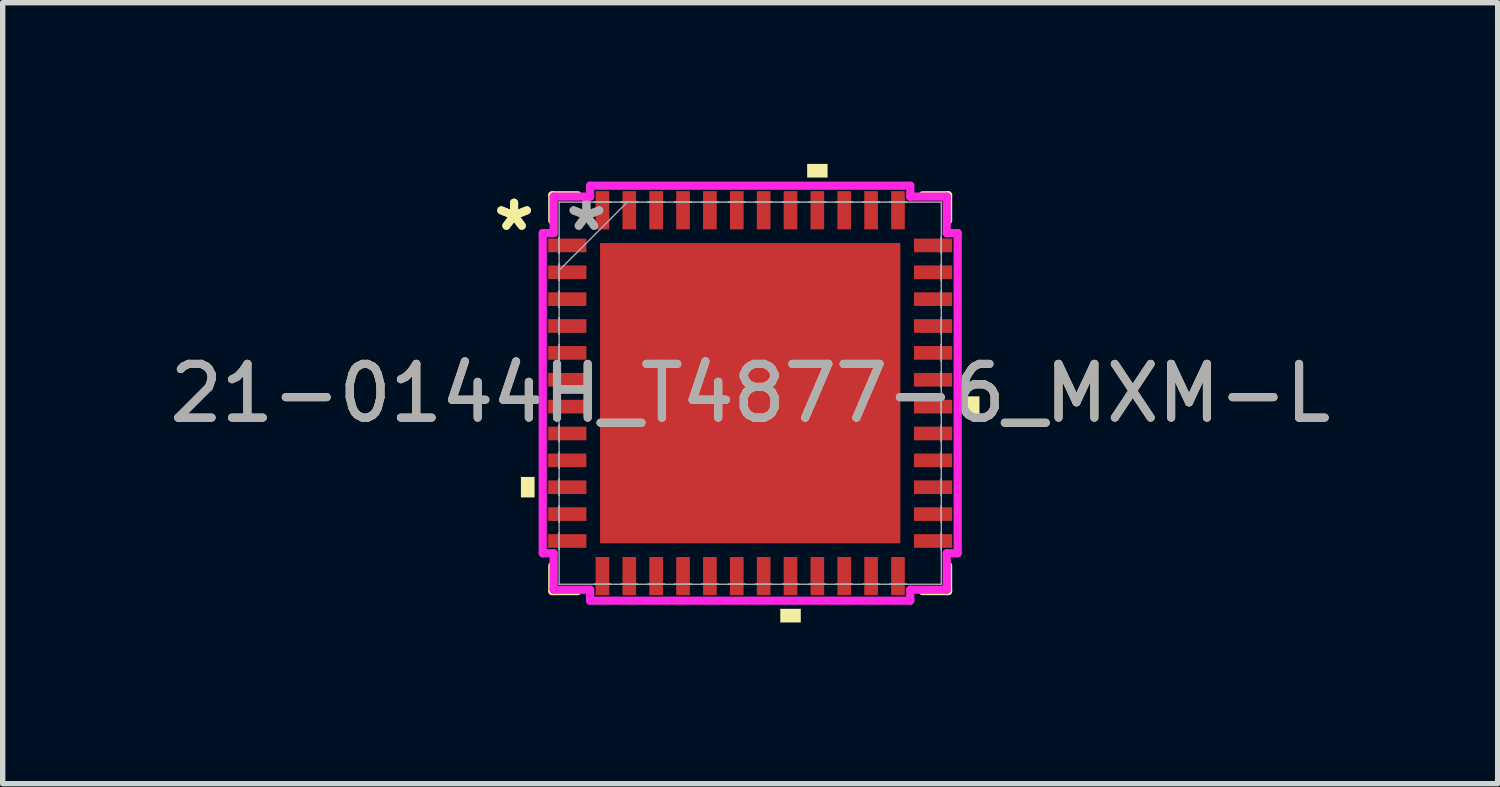
<source format=kicad_pcb>
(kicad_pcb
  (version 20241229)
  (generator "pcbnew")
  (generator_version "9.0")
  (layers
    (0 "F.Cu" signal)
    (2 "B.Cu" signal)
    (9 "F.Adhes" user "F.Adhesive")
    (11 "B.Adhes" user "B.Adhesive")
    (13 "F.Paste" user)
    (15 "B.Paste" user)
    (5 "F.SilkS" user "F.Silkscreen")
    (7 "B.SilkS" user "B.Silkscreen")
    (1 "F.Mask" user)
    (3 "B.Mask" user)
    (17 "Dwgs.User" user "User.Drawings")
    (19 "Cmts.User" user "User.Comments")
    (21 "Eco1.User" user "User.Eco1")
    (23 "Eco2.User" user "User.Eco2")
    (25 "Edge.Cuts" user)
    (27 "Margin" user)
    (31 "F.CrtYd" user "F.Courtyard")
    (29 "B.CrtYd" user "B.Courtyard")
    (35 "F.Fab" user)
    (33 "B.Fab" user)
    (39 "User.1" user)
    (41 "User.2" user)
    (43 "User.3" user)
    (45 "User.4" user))
  (footprint "21-0144H_T4877-6_MXM-L"
    (layer "F.Cu")
    (at 10.911 4.267)
    (property "Reference" "21-0144H_T4877-6_MXM-L" (at 0 0 0) (unlocked yes) (layer "F.SilkS") (effects (font (size 1 1) (thickness 0.15))))
    (attr smd)
    (fp_line (start -3.683 -3.683) (end -3.683 -3.21) (stroke (width 0.152) (type solid)) (layer "F.SilkS"))
    (fp_line (start -3.683 3.21) (end -3.683 3.683) (stroke (width 0.152) (type solid)) (layer "F.SilkS"))
    (fp_line (start -3.683 3.683) (end -3.21 3.683) (stroke (width 0.152) (type solid)) (layer "F.SilkS"))
    (fp_line (start -3.21 -3.683) (end -3.683 -3.683) (stroke (width 0.152) (type solid)) (layer "F.SilkS"))
    (fp_line (start 3.21 3.683) (end 3.683 3.683) (stroke (width 0.152) (type solid)) (layer "F.SilkS"))
    (fp_line (start 3.683 -3.683) (end 3.21 -3.683) (stroke (width 0.152) (type solid)) (layer "F.SilkS"))
    (fp_line (start 3.683 -3.21) (end 3.683 -3.683) (stroke (width 0.152) (type solid)) (layer "F.SilkS"))
    (fp_line (start 3.683 3.683) (end 3.683 3.21) (stroke (width 0.152) (type solid)) (layer "F.SilkS"))
    (fp_poly (pts (xy -4.267 1.559) (xy -4.267 1.94) (xy -4.013 1.94) (xy -4.013 1.559)) (stroke (width 0) (type solid)) (fill yes) (layer "F.SilkS"))
    (fp_poly (pts (xy 0.56 4.013) (xy 0.56 4.267) (xy 0.941 4.267) (xy 0.941 4.013)) (stroke (width 0) (type solid)) (fill yes) (layer "F.SilkS"))
    (fp_poly (pts (xy 1.06 -4.013) (xy 1.06 -4.267) (xy 1.44 -4.267) (xy 1.44 -4.013)) (stroke (width 0) (type solid)) (fill yes) (layer "F.SilkS"))
    (fp_poly (pts (xy 4.267 0.059) (xy 4.267 0.441) (xy 4.013 0.441) (xy 4.013 0.059)) (stroke (width 0) (type solid)) (fill yes) (layer "F.SilkS"))
    (fp_poly (pts (xy -2.694 -2.694) (xy -2.694 -1.497) (xy -1.497 -1.497) (xy -1.497 -2.694)) (stroke (width 0) (type solid)) (fill yes) (layer "F.Paste"))
    (fp_poly (pts (xy -2.694 -1.297) (xy -2.694 -0.1) (xy -1.497 -0.1) (xy -1.497 -1.297)) (stroke (width 0) (type solid)) (fill yes) (layer "F.Paste"))
    (fp_poly (pts (xy -2.694 0.1) (xy -2.694 1.297) (xy -1.497 1.297) (xy -1.497 0.1)) (stroke (width 0) (type solid)) (fill yes) (layer "F.Paste"))
    (fp_poly (pts (xy -2.694 1.497) (xy -2.694 2.694) (xy -1.497 2.694) (xy -1.497 1.497)) (stroke (width 0) (type solid)) (fill yes) (layer "F.Paste"))
    (fp_poly (pts (xy -1.297 -2.694) (xy -1.297 -1.497) (xy -0.1 -1.497) (xy -0.1 -2.694)) (stroke (width 0) (type solid)) (fill yes) (layer "F.Paste"))
    (fp_poly (pts (xy -1.297 -1.297) (xy -1.297 -0.1) (xy -0.1 -0.1) (xy -0.1 -1.297)) (stroke (width 0) (type solid)) (fill yes) (layer "F.Paste"))
    (fp_poly (pts (xy -1.297 0.1) (xy -1.297 1.297) (xy -0.1 1.297) (xy -0.1 0.1)) (stroke (width 0) (type solid)) (fill yes) (layer "F.Paste"))
    (fp_poly (pts (xy -1.297 1.497) (xy -1.297 2.694) (xy -0.1 2.694) (xy -0.1 1.497)) (stroke (width 0) (type solid)) (fill yes) (layer "F.Paste"))
    (fp_poly (pts (xy 0.1 -2.694) (xy 0.1 -1.497) (xy 1.297 -1.497) (xy 1.297 -2.694)) (stroke (width 0) (type solid)) (fill yes) (layer "F.Paste"))
    (fp_poly (pts (xy 0.1 -1.297) (xy 0.1 -0.1) (xy 1.297 -0.1) (xy 1.297 -1.297)) (stroke (width 0) (type solid)) (fill yes) (layer "F.Paste"))
    (fp_poly (pts (xy 0.1 0.1) (xy 0.1 1.297) (xy 1.297 1.297) (xy 1.297 0.1)) (stroke (width 0) (type solid)) (fill yes) (layer "F.Paste"))
    (fp_poly (pts (xy 0.1 1.497) (xy 0.1 2.694) (xy 1.297 2.694) (xy 1.297 1.497)) (stroke (width 0) (type solid)) (fill yes) (layer "F.Paste"))
    (fp_poly (pts (xy 1.497 -2.694) (xy 1.497 -1.497) (xy 2.694 -1.497) (xy 2.694 -2.694)) (stroke (width 0) (type solid)) (fill yes) (layer "F.Paste"))
    (fp_poly (pts (xy 1.497 -1.297) (xy 1.497 -0.1) (xy 2.694 -0.1) (xy 2.694 -1.297)) (stroke (width 0) (type solid)) (fill yes) (layer "F.Paste"))
    (fp_poly (pts (xy 1.497 0.1) (xy 1.497 1.297) (xy 2.694 1.297) (xy 2.694 0.1)) (stroke (width 0) (type solid)) (fill yes) (layer "F.Paste"))
    (fp_poly (pts (xy 1.497 1.497) (xy 1.497 2.694) (xy 2.694 2.694) (xy 2.694 1.497)) (stroke (width 0) (type solid)) (fill yes) (layer "F.Paste"))
    (fp_line (start -3.861 -2.979) (end -3.658 -2.979) (stroke (width 0.152) (type solid)) (layer "F.CrtYd"))
    (fp_line (start -3.861 2.979) (end -3.861 -2.979) (stroke (width 0.152) (type solid)) (layer "F.CrtYd"))
    (fp_line (start -3.658 -3.658) (end -2.979 -3.658) (stroke (width 0.152) (type solid)) (layer "F.CrtYd"))
    (fp_line (start -3.658 -2.979) (end -3.658 -3.658) (stroke (width 0.152) (type solid)) (layer "F.CrtYd"))
    (fp_line (start -3.658 2.979) (end -3.861 2.979) (stroke (width 0.152) (type solid)) (layer "F.CrtYd"))
    (fp_line (start -3.658 3.658) (end -3.658 2.979) (stroke (width 0.152) (type solid)) (layer "F.CrtYd"))
    (fp_line (start -2.979 -3.861) (end 2.979 -3.861) (stroke (width 0.152) (type solid)) (layer "F.CrtYd"))
    (fp_line (start -2.979 -3.658) (end -2.979 -3.861) (stroke (width 0.152) (type solid)) (layer "F.CrtYd"))
    (fp_line (start -2.979 3.658) (end -3.658 3.658) (stroke (width 0.152) (type solid)) (layer "F.CrtYd"))
    (fp_line (start -2.979 3.861) (end -2.979 3.658) (stroke (width 0.152) (type solid)) (layer "F.CrtYd"))
    (fp_line (start 2.979 -3.861) (end 2.979 -3.658) (stroke (width 0.152) (type solid)) (layer "F.CrtYd"))
    (fp_line (start 2.979 -3.658) (end 3.658 -3.658) (stroke (width 0.152) (type solid)) (layer "F.CrtYd"))
    (fp_line (start 2.979 3.658) (end 2.979 3.861) (stroke (width 0.152) (type solid)) (layer "F.CrtYd"))
    (fp_line (start 2.979 3.861) (end -2.979 3.861) (stroke (width 0.152) (type solid)) (layer "F.CrtYd"))
    (fp_line (start 3.658 -3.658) (end 3.658 -2.979) (stroke (width 0.152) (type solid)) (layer "F.CrtYd"))
    (fp_line (start 3.658 -2.979) (end 3.861 -2.979) (stroke (width 0.152) (type solid)) (layer "F.CrtYd"))
    (fp_line (start 3.658 2.979) (end 3.658 3.658) (stroke (width 0.152) (type solid)) (layer "F.CrtYd"))
    (fp_line (start 3.658 3.658) (end 2.979 3.658) (stroke (width 0.152) (type solid)) (layer "F.CrtYd"))
    (fp_line (start 3.861 -2.979) (end 3.861 2.979) (stroke (width 0.152) (type solid)) (layer "F.CrtYd"))
    (fp_line (start 3.861 2.979) (end 3.658 2.979) (stroke (width 0.152) (type solid)) (layer "F.CrtYd"))
    (fp_line (start -3.556 -3.556) (end -3.556 -3.556) (stroke (width 0.025) (type solid)) (layer "F.Fab"))
    (fp_line (start -3.556 -3.556) (end -3.556 3.556) (stroke (width 0.025) (type solid)) (layer "F.Fab"))
    (fp_line (start -3.556 -2.902) (end -3.556 -2.902) (stroke (width 0.025) (type solid)) (layer "F.Fab"))
    (fp_line (start -3.556 -2.902) (end -3.556 -2.598) (stroke (width 0.025) (type solid)) (layer "F.Fab"))
    (fp_line (start -3.556 -2.598) (end -3.556 -2.902) (stroke (width 0.025) (type solid)) (layer "F.Fab"))
    (fp_line (start -3.556 -2.598) (end -3.556 -2.598) (stroke (width 0.025) (type solid)) (layer "F.Fab"))
    (fp_line (start -3.556 -2.402) (end -3.556 -2.402) (stroke (width 0.025) (type solid)) (layer "F.Fab"))
    (fp_line (start -3.556 -2.402) (end -3.556 -2.098) (stroke (width 0.025) (type solid)) (layer "F.Fab"))
    (fp_line (start -3.556 -2.286) (end -2.286 -3.556) (stroke (width 0.025) (type solid)) (layer "F.Fab"))
    (fp_line (start -3.556 -2.098) (end -3.556 -2.402) (stroke (width 0.025) (type solid)) (layer "F.Fab"))
    (fp_line (start -3.556 -2.098) (end -3.556 -2.098) (stroke (width 0.025) (type solid)) (layer "F.Fab"))
    (fp_line (start -3.556 -1.902) (end -3.556 -1.902) (stroke (width 0.025) (type solid)) (layer "F.Fab"))
    (fp_line (start -3.556 -1.902) (end -3.556 -1.598) (stroke (width 0.025) (type solid)) (layer "F.Fab"))
    (fp_line (start -3.556 -1.598) (end -3.556 -1.902) (stroke (width 0.025) (type solid)) (layer "F.Fab"))
    (fp_line (start -3.556 -1.598) (end -3.556 -1.598) (stroke (width 0.025) (type solid)) (layer "F.Fab"))
    (fp_line (start -3.556 -1.402) (end -3.556 -1.402) (stroke (width 0.025) (type solid)) (layer "F.Fab"))
    (fp_line (start -3.556 -1.402) (end -3.556 -1.098) (stroke (width 0.025) (type solid)) (layer "F.Fab"))
    (fp_line (start -3.556 -1.098) (end -3.556 -1.402) (stroke (width 0.025) (type solid)) (layer "F.Fab"))
    (fp_line (start -3.556 -1.098) (end -3.556 -1.098) (stroke (width 0.025) (type solid)) (layer "F.Fab"))
    (fp_line (start -3.556 -0.902) (end -3.556 -0.902) (stroke (width 0.025) (type solid)) (layer "F.Fab"))
    (fp_line (start -3.556 -0.902) (end -3.556 -0.598) (stroke (width 0.025) (type solid)) (layer "F.Fab"))
    (fp_line (start -3.556 -0.598) (end -3.556 -0.902) (stroke (width 0.025) (type solid)) (layer "F.Fab"))
    (fp_line (start -3.556 -0.598) (end -3.556 -0.598) (stroke (width 0.025) (type solid)) (layer "F.Fab"))
    (fp_line (start -3.556 -0.402) (end -3.556 -0.402) (stroke (width 0.025) (type solid)) (layer "F.Fab"))
    (fp_line (start -3.556 -0.402) (end -3.556 -0.098) (stroke (width 0.025) (type solid)) (layer "F.Fab"))
    (fp_line (start -3.556 -0.098) (end -3.556 -0.402) (stroke (width 0.025) (type solid)) (layer "F.Fab"))
    (fp_line (start -3.556 -0.098) (end -3.556 -0.098) (stroke (width 0.025) (type solid)) (layer "F.Fab"))
    (fp_line (start -3.556 0.098) (end -3.556 0.098) (stroke (width 0.025) (type solid)) (layer "F.Fab"))
    (fp_line (start -3.556 0.098) (end -3.556 0.402) (stroke (width 0.025) (type solid)) (layer "F.Fab"))
    (fp_line (start -3.556 0.402) (end -3.556 0.098) (stroke (width 0.025) (type solid)) (layer "F.Fab"))
    (fp_line (start -3.556 0.402) (end -3.556 0.402) (stroke (width 0.025) (type solid)) (layer "F.Fab"))
    (fp_line (start -3.556 0.598) (end -3.556 0.598) (stroke (width 0.025) (type solid)) (layer "F.Fab"))
    (fp_line (start -3.556 0.598) (end -3.556 0.902) (stroke (width 0.025) (type solid)) (layer "F.Fab"))
    (fp_line (start -3.556 0.902) (end -3.556 0.598) (stroke (width 0.025) (type solid)) (layer "F.Fab"))
    (fp_line (start -3.556 0.902) (end -3.556 0.902) (stroke (width 0.025) (type solid)) (layer "F.Fab"))
    (fp_line (start -3.556 1.098) (end -3.556 1.098) (stroke (width 0.025) (type solid)) (layer "F.Fab"))
    (fp_line (start -3.556 1.098) (end -3.556 1.402) (stroke (width 0.025) (type solid)) (layer "F.Fab"))
    (fp_line (start -3.556 1.402) (end -3.556 1.098) (stroke (width 0.025) (type solid)) (layer "F.Fab"))
    (fp_line (start -3.556 1.402) (end -3.556 1.402) (stroke (width 0.025) (type solid)) (layer "F.Fab"))
    (fp_line (start -3.556 1.598) (end -3.556 1.598) (stroke (width 0.025) (type solid)) (layer "F.Fab"))
    (fp_line (start -3.556 1.598) (end -3.556 1.902) (stroke (width 0.025) (type solid)) (layer "F.Fab"))
    (fp_line (start -3.556 1.902) (end -3.556 1.598) (stroke (width 0.025) (type solid)) (layer "F.Fab"))
    (fp_line (start -3.556 1.902) (end -3.556 1.902) (stroke (width 0.025) (type solid)) (layer "F.Fab"))
    (fp_line (start -3.556 2.098) (end -3.556 2.098) (stroke (width 0.025) (type solid)) (layer "F.Fab"))
    (fp_line (start -3.556 2.098) (end -3.556 2.402) (stroke (width 0.025) (type solid)) (layer "F.Fab"))
    (fp_line (start -3.556 2.402) (end -3.556 2.098) (stroke (width 0.025) (type solid)) (layer "F.Fab"))
    (fp_line (start -3.556 2.402) (end -3.556 2.402) (stroke (width 0.025) (type solid)) (layer "F.Fab"))
    (fp_line (start -3.556 2.598) (end -3.556 2.598) (stroke (width 0.025) (type solid)) (layer "F.Fab"))
    (fp_line (start -3.556 2.598) (end -3.556 2.902) (stroke (width 0.025) (type solid)) (layer "F.Fab"))
    (fp_line (start -3.556 2.902) (end -3.556 2.598) (stroke (width 0.025) (type solid)) (layer "F.Fab"))
    (fp_line (start -3.556 2.902) (end -3.556 2.902) (stroke (width 0.025) (type solid)) (layer "F.Fab"))
    (fp_line (start -3.556 3.556) (end -3.556 3.556) (stroke (width 0.025) (type solid)) (layer "F.Fab"))
    (fp_line (start -3.556 3.556) (end 3.556 3.556) (stroke (width 0.025) (type solid)) (layer "F.Fab"))
    (fp_line (start -2.902 -3.556) (end -2.902 -3.556) (stroke (width 0.025) (type solid)) (layer "F.Fab"))
    (fp_line (start -2.902 -3.556) (end -2.598 -3.556) (stroke (width 0.025) (type solid)) (layer "F.Fab"))
    (fp_line (start -2.902 3.556) (end -2.902 3.556) (stroke (width 0.025) (type solid)) (layer "F.Fab"))
    (fp_line (start -2.902 3.556) (end -2.598 3.556) (stroke (width 0.025) (type solid)) (layer "F.Fab"))
    (fp_line (start -2.598 -3.556) (end -2.902 -3.556) (stroke (width 0.025) (type solid)) (layer "F.Fab"))
    (fp_line (start -2.598 -3.556) (end -2.598 -3.556) (stroke (width 0.025) (type solid)) (layer "F.Fab"))
    (fp_line (start -2.598 3.556) (end -2.902 3.556) (stroke (width 0.025) (type solid)) (layer "F.Fab"))
    (fp_line (start -2.598 3.556) (end -2.598 3.556) (stroke (width 0.025) (type solid)) (layer "F.Fab"))
    (fp_line (start -2.402 -3.556) (end -2.402 -3.556) (stroke (width 0.025) (type solid)) (layer "F.Fab"))
    (fp_line (start -2.402 -3.556) (end -2.098 -3.556) (stroke (width 0.025) (type solid)) (layer "F.Fab"))
    (fp_line (start -2.402 3.556) (end -2.402 3.556) (stroke (width 0.025) (type solid)) (layer "F.Fab"))
    (fp_line (start -2.402 3.556) (end -2.098 3.556) (stroke (width 0.025) (type solid)) (layer "F.Fab"))
    (fp_line (start -2.098 -3.556) (end -2.402 -3.556) (stroke (width 0.025) (type solid)) (layer "F.Fab"))
    (fp_line (start -2.098 -3.556) (end -2.098 -3.556) (stroke (width 0.025) (type solid)) (layer "F.Fab"))
    (fp_line (start -2.098 3.556) (end -2.402 3.556) (stroke (width 0.025) (type solid)) (layer "F.Fab"))
    (fp_line (start -2.098 3.556) (end -2.098 3.556) (stroke (width 0.025) (type solid)) (layer "F.Fab"))
    (fp_line (start -1.902 -3.556) (end -1.902 -3.556) (stroke (width 0.025) (type solid)) (layer "F.Fab"))
    (fp_line (start -1.902 -3.556) (end -1.598 -3.556) (stroke (width 0.025) (type solid)) (layer "F.Fab"))
    (fp_line (start -1.902 3.556) (end -1.902 3.556) (stroke (width 0.025) (type solid)) (layer "F.Fab"))
    (fp_line (start -1.902 3.556) (end -1.598 3.556) (stroke (width 0.025) (type solid)) (layer "F.Fab"))
    (fp_line (start -1.598 -3.556) (end -1.902 -3.556) (stroke (width 0.025) (type solid)) (layer "F.Fab"))
    (fp_line (start -1.598 -3.556) (end -1.598 -3.556) (stroke (width 0.025) (type solid)) (layer "F.Fab"))
    (fp_line (start -1.598 3.556) (end -1.902 3.556) (stroke (width 0.025) (type solid)) (layer "F.Fab"))
    (fp_line (start -1.598 3.556) (end -1.598 3.556) (stroke (width 0.025) (type solid)) (layer "F.Fab"))
    (fp_line (start -1.402 -3.556) (end -1.402 -3.556) (stroke (width 0.025) (type solid)) (layer "F.Fab"))
    (fp_line (start -1.402 -3.556) (end -1.098 -3.556) (stroke (width 0.025) (type solid)) (layer "F.Fab"))
    (fp_line (start -1.402 3.556) (end -1.402 3.556) (stroke (width 0.025) (type solid)) (layer "F.Fab"))
    (fp_line (start -1.402 3.556) (end -1.098 3.556) (stroke (width 0.025) (type solid)) (layer "F.Fab"))
    (fp_line (start -1.098 -3.556) (end -1.402 -3.556) (stroke (width 0.025) (type solid)) (layer "F.Fab"))
    (fp_line (start -1.098 -3.556) (end -1.098 -3.556) (stroke (width 0.025) (type solid)) (layer "F.Fab"))
    (fp_line (start -1.098 3.556) (end -1.402 3.556) (stroke (width 0.025) (type solid)) (layer "F.Fab"))
    (fp_line (start -1.098 3.556) (end -1.098 3.556) (stroke (width 0.025) (type solid)) (layer "F.Fab"))
    (fp_line (start -0.902 -3.556) (end -0.902 -3.556) (stroke (width 0.025) (type solid)) (layer "F.Fab"))
    (fp_line (start -0.902 -3.556) (end -0.598 -3.556) (stroke (width 0.025) (type solid)) (layer "F.Fab"))
    (fp_line (start -0.902 3.556) (end -0.902 3.556) (stroke (width 0.025) (type solid)) (layer "F.Fab"))
    (fp_line (start -0.902 3.556) (end -0.598 3.556) (stroke (width 0.025) (type solid)) (layer "F.Fab"))
    (fp_line (start -0.598 -3.556) (end -0.902 -3.556) (stroke (width 0.025) (type solid)) (layer "F.Fab"))
    (fp_line (start -0.598 -3.556) (end -0.598 -3.556) (stroke (width 0.025) (type solid)) (layer "F.Fab"))
    (fp_line (start -0.598 3.556) (end -0.902 3.556) (stroke (width 0.025) (type solid)) (layer "F.Fab"))
    (fp_line (start -0.598 3.556) (end -0.598 3.556) (stroke (width 0.025) (type solid)) (layer "F.Fab"))
    (fp_line (start -0.402 -3.556) (end -0.402 -3.556) (stroke (width 0.025) (type solid)) (layer "F.Fab"))
    (fp_line (start -0.402 -3.556) (end -0.098 -3.556) (stroke (width 0.025) (type solid)) (layer "F.Fab"))
    (fp_line (start -0.402 3.556) (end -0.402 3.556) (stroke (width 0.025) (type solid)) (layer "F.Fab"))
    (fp_line (start -0.402 3.556) (end -0.098 3.556) (stroke (width 0.025) (type solid)) (layer "F.Fab"))
    (fp_line (start -0.098 -3.556) (end -0.402 -3.556) (stroke (width 0.025) (type solid)) (layer "F.Fab"))
    (fp_line (start -0.098 -3.556) (end -0.098 -3.556) (stroke (width 0.025) (type solid)) (layer "F.Fab"))
    (fp_line (start -0.098 3.556) (end -0.402 3.556) (stroke (width 0.025) (type solid)) (layer "F.Fab"))
    (fp_line (start -0.098 3.556) (end -0.098 3.556) (stroke (width 0.025) (type solid)) (layer "F.Fab"))
    (fp_line (start 0.098 -3.556) (end 0.098 -3.556) (stroke (width 0.025) (type solid)) (layer "F.Fab"))
    (fp_line (start 0.098 -3.556) (end 0.402 -3.556) (stroke (width 0.025) (type solid)) (layer "F.Fab"))
    (fp_line (start 0.098 3.556) (end 0.098 3.556) (stroke (width 0.025) (type solid)) (layer "F.Fab"))
    (fp_line (start 0.098 3.556) (end 0.402 3.556) (stroke (width 0.025) (type solid)) (layer "F.Fab"))
    (fp_line (start 0.402 -3.556) (end 0.098 -3.556) (stroke (width 0.025) (type solid)) (layer "F.Fab"))
    (fp_line (start 0.402 -3.556) (end 0.402 -3.556) (stroke (width 0.025) (type solid)) (layer "F.Fab"))
    (fp_line (start 0.402 3.556) (end 0.098 3.556) (stroke (width 0.025) (type solid)) (layer "F.Fab"))
    (fp_line (start 0.402 3.556) (end 0.402 3.556) (stroke (width 0.025) (type solid)) (layer "F.Fab"))
    (fp_line (start 0.598 -3.556) (end 0.598 -3.556) (stroke (width 0.025) (type solid)) (layer "F.Fab"))
    (fp_line (start 0.598 -3.556) (end 0.902 -3.556) (stroke (width 0.025) (type solid)) (layer "F.Fab"))
    (fp_line (start 0.598 3.556) (end 0.598 3.556) (stroke (width 0.025) (type solid)) (layer "F.Fab"))
    (fp_line (start 0.598 3.556) (end 0.902 3.556) (stroke (width 0.025) (type solid)) (layer "F.Fab"))
    (fp_line (start 0.902 -3.556) (end 0.598 -3.556) (stroke (width 0.025) (type solid)) (layer "F.Fab"))
    (fp_line (start 0.902 -3.556) (end 0.902 -3.556) (stroke (width 0.025) (type solid)) (layer "F.Fab"))
    (fp_line (start 0.902 3.556) (end 0.598 3.556) (stroke (width 0.025) (type solid)) (layer "F.Fab"))
    (fp_line (start 0.902 3.556) (end 0.902 3.556) (stroke (width 0.025) (type solid)) (layer "F.Fab"))
    (fp_line (start 1.098 -3.556) (end 1.098 -3.556) (stroke (width 0.025) (type solid)) (layer "F.Fab"))
    (fp_line (start 1.098 -3.556) (end 1.402 -3.556) (stroke (width 0.025) (type solid)) (layer "F.Fab"))
    (fp_line (start 1.098 3.556) (end 1.098 3.556) (stroke (width 0.025) (type solid)) (layer "F.Fab"))
    (fp_line (start 1.098 3.556) (end 1.402 3.556) (stroke (width 0.025) (type solid)) (layer "F.Fab"))
    (fp_line (start 1.402 -3.556) (end 1.098 -3.556) (stroke (width 0.025) (type solid)) (layer "F.Fab"))
    (fp_line (start 1.402 -3.556) (end 1.402 -3.556) (stroke (width 0.025) (type solid)) (layer "F.Fab"))
    (fp_line (start 1.402 3.556) (end 1.098 3.556) (stroke (width 0.025) (type solid)) (layer "F.Fab"))
    (fp_line (start 1.402 3.556) (end 1.402 3.556) (stroke (width 0.025) (type solid)) (layer "F.Fab"))
    (fp_line (start 1.598 -3.556) (end 1.598 -3.556) (stroke (width 0.025) (type solid)) (layer "F.Fab"))
    (fp_line (start 1.598 -3.556) (end 1.902 -3.556) (stroke (width 0.025) (type solid)) (layer "F.Fab"))
    (fp_line (start 1.598 3.556) (end 1.598 3.556) (stroke (width 0.025) (type solid)) (layer "F.Fab"))
    (fp_line (start 1.598 3.556) (end 1.902 3.556) (stroke (width 0.025) (type solid)) (layer "F.Fab"))
    (fp_line (start 1.902 -3.556) (end 1.598 -3.556) (stroke (width 0.025) (type solid)) (layer "F.Fab"))
    (fp_line (start 1.902 -3.556) (end 1.902 -3.556) (stroke (width 0.025) (type solid)) (layer "F.Fab"))
    (fp_line (start 1.902 3.556) (end 1.598 3.556) (stroke (width 0.025) (type solid)) (layer "F.Fab"))
    (fp_line (start 1.902 3.556) (end 1.902 3.556) (stroke (width 0.025) (type solid)) (layer "F.Fab"))
    (fp_line (start 2.098 -3.556) (end 2.098 -3.556) (stroke (width 0.025) (type solid)) (layer "F.Fab"))
    (fp_line (start 2.098 -3.556) (end 2.402 -3.556) (stroke (width 0.025) (type solid)) (layer "F.Fab"))
    (fp_line (start 2.098 3.556) (end 2.098 3.556) (stroke (width 0.025) (type solid)) (layer "F.Fab"))
    (fp_line (start 2.098 3.556) (end 2.402 3.556) (stroke (width 0.025) (type solid)) (layer "F.Fab"))
    (fp_line (start 2.402 -3.556) (end 2.098 -3.556) (stroke (width 0.025) (type solid)) (layer "F.Fab"))
    (fp_line (start 2.402 -3.556) (end 2.402 -3.556) (stroke (width 0.025) (type solid)) (layer "F.Fab"))
    (fp_line (start 2.402 3.556) (end 2.098 3.556) (stroke (width 0.025) (type solid)) (layer "F.Fab"))
    (fp_line (start 2.402 3.556) (end 2.402 3.556) (stroke (width 0.025) (type solid)) (layer "F.Fab"))
    (fp_line (start 2.598 -3.556) (end 2.598 -3.556) (stroke (width 0.025) (type solid)) (layer "F.Fab"))
    (fp_line (start 2.598 -3.556) (end 2.902 -3.556) (stroke (width 0.025) (type solid)) (layer "F.Fab"))
    (fp_line (start 2.598 3.556) (end 2.598 3.556) (stroke (width 0.025) (type solid)) (layer "F.Fab"))
    (fp_line (start 2.598 3.556) (end 2.902 3.556) (stroke (width 0.025) (type solid)) (layer "F.Fab"))
    (fp_line (start 2.902 -3.556) (end 2.598 -3.556) (stroke (width 0.025) (type solid)) (layer "F.Fab"))
    (fp_line (start 2.902 -3.556) (end 2.902 -3.556) (stroke (width 0.025) (type solid)) (layer "F.Fab"))
    (fp_line (start 2.902 3.556) (end 2.598 3.556) (stroke (width 0.025) (type solid)) (layer "F.Fab"))
    (fp_line (start 2.902 3.556) (end 2.902 3.556) (stroke (width 0.025) (type solid)) (layer "F.Fab"))
    (fp_line (start 3.556 -3.556) (end -3.556 -3.556) (stroke (width 0.025) (type solid)) (layer "F.Fab"))
    (fp_line (start 3.556 -3.556) (end 3.556 -3.556) (stroke (width 0.025) (type solid)) (layer "F.Fab"))
    (fp_line (start 3.556 -2.902) (end 3.556 -2.902) (stroke (width 0.025) (type solid)) (layer "F.Fab"))
    (fp_line (start 3.556 -2.902) (end 3.556 -2.598) (stroke (width 0.025) (type solid)) (layer "F.Fab"))
    (fp_line (start 3.556 -2.598) (end 3.556 -2.902) (stroke (width 0.025) (type solid)) (layer "F.Fab"))
    (fp_line (start 3.556 -2.598) (end 3.556 -2.598) (stroke (width 0.025) (type solid)) (layer "F.Fab"))
    (fp_line (start 3.556 -2.402) (end 3.556 -2.402) (stroke (width 0.025) (type solid)) (layer "F.Fab"))
    (fp_line (start 3.556 -2.402) (end 3.556 -2.098) (stroke (width 0.025) (type solid)) (layer "F.Fab"))
    (fp_line (start 3.556 -2.098) (end 3.556 -2.402) (stroke (width 0.025) (type solid)) (layer "F.Fab"))
    (fp_line (start 3.556 -2.098) (end 3.556 -2.098) (stroke (width 0.025) (type solid)) (layer "F.Fab"))
    (fp_line (start 3.556 -1.902) (end 3.556 -1.902) (stroke (width 0.025) (type solid)) (layer "F.Fab"))
    (fp_line (start 3.556 -1.902) (end 3.556 -1.598) (stroke (width 0.025) (type solid)) (layer "F.Fab"))
    (fp_line (start 3.556 -1.598) (end 3.556 -1.902) (stroke (width 0.025) (type solid)) (layer "F.Fab"))
    (fp_line (start 3.556 -1.598) (end 3.556 -1.598) (stroke (width 0.025) (type solid)) (layer "F.Fab"))
    (fp_line (start 3.556 -1.402) (end 3.556 -1.402) (stroke (width 0.025) (type solid)) (layer "F.Fab"))
    (fp_line (start 3.556 -1.402) (end 3.556 -1.098) (stroke (width 0.025) (type solid)) (layer "F.Fab"))
    (fp_line (start 3.556 -1.098) (end 3.556 -1.402) (stroke (width 0.025) (type solid)) (layer "F.Fab"))
    (fp_line (start 3.556 -1.098) (end 3.556 -1.098) (stroke (width 0.025) (type solid)) (layer "F.Fab"))
    (fp_line (start 3.556 -0.902) (end 3.556 -0.902) (stroke (width 0.025) (type solid)) (layer "F.Fab"))
    (fp_line (start 3.556 -0.902) (end 3.556 -0.598) (stroke (width 0.025) (type solid)) (layer "F.Fab"))
    (fp_line (start 3.556 -0.598) (end 3.556 -0.902) (stroke (width 0.025) (type solid)) (layer "F.Fab"))
    (fp_line (start 3.556 -0.598) (end 3.556 -0.598) (stroke (width 0.025) (type solid)) (layer "F.Fab"))
    (fp_line (start 3.556 -0.402) (end 3.556 -0.402) (stroke (width 0.025) (type solid)) (layer "F.Fab"))
    (fp_line (start 3.556 -0.402) (end 3.556 -0.098) (stroke (width 0.025) (type solid)) (layer "F.Fab"))
    (fp_line (start 3.556 -0.098) (end 3.556 -0.402) (stroke (width 0.025) (type solid)) (layer "F.Fab"))
    (fp_line (start 3.556 -0.098) (end 3.556 -0.098) (stroke (width 0.025) (type solid)) (layer "F.Fab"))
    (fp_line (start 3.556 0.098) (end 3.556 0.098) (stroke (width 0.025) (type solid)) (layer "F.Fab"))
    (fp_line (start 3.556 0.098) (end 3.556 0.402) (stroke (width 0.025) (type solid)) (layer "F.Fab"))
    (fp_line (start 3.556 0.402) (end 3.556 0.098) (stroke (width 0.025) (type solid)) (layer "F.Fab"))
    (fp_line (start 3.556 0.402) (end 3.556 0.402) (stroke (width 0.025) (type solid)) (layer "F.Fab"))
    (fp_line (start 3.556 0.598) (end 3.556 0.598) (stroke (width 0.025) (type solid)) (layer "F.Fab"))
    (fp_line (start 3.556 0.598) (end 3.556 0.902) (stroke (width 0.025) (type solid)) (layer "F.Fab"))
    (fp_line (start 3.556 0.902) (end 3.556 0.598) (stroke (width 0.025) (type solid)) (layer "F.Fab"))
    (fp_line (start 3.556 0.902) (end 3.556 0.902) (stroke (width 0.025) (type solid)) (layer "F.Fab"))
    (fp_line (start 3.556 1.098) (end 3.556 1.098) (stroke (width 0.025) (type solid)) (layer "F.Fab"))
    (fp_line (start 3.556 1.098) (end 3.556 1.402) (stroke (width 0.025) (type solid)) (layer "F.Fab"))
    (fp_line (start 3.556 1.402) (end 3.556 1.098) (stroke (width 0.025) (type solid)) (layer "F.Fab"))
    (fp_line (start 3.556 1.402) (end 3.556 1.402) (stroke (width 0.025) (type solid)) (layer "F.Fab"))
    (fp_line (start 3.556 1.598) (end 3.556 1.598) (stroke (width 0.025) (type solid)) (layer "F.Fab"))
    (fp_line (start 3.556 1.598) (end 3.556 1.902) (stroke (width 0.025) (type solid)) (layer "F.Fab"))
    (fp_line (start 3.556 1.902) (end 3.556 1.598) (stroke (width 0.025) (type solid)) (layer "F.Fab"))
    (fp_line (start 3.556 1.902) (end 3.556 1.902) (stroke (width 0.025) (type solid)) (layer "F.Fab"))
    (fp_line (start 3.556 2.098) (end 3.556 2.098) (stroke (width 0.025) (type solid)) (layer "F.Fab"))
    (fp_line (start 3.556 2.098) (end 3.556 2.402) (stroke (width 0.025) (type solid)) (layer "F.Fab"))
    (fp_line (start 3.556 2.402) (end 3.556 2.098) (stroke (width 0.025) (type solid)) (layer "F.Fab"))
    (fp_line (start 3.556 2.402) (end 3.556 2.402) (stroke (width 0.025) (type solid)) (layer "F.Fab"))
    (fp_line (start 3.556 2.598) (end 3.556 2.598) (stroke (width 0.025) (type solid)) (layer "F.Fab"))
    (fp_line (start 3.556 2.598) (end 3.556 2.902) (stroke (width 0.025) (type solid)) (layer "F.Fab"))
    (fp_line (start 3.556 2.902) (end 3.556 2.598) (stroke (width 0.025) (type solid)) (layer "F.Fab"))
    (fp_line (start 3.556 2.902) (end 3.556 2.902) (stroke (width 0.025) (type solid)) (layer "F.Fab"))
    (fp_line (start 3.556 3.556) (end 3.556 -3.556) (stroke (width 0.025) (type solid)) (layer "F.Fab"))
    (fp_line (start 3.556 3.556) (end 3.556 3.556) (stroke (width 0.025) (type solid)) (layer "F.Fab"))
    (fp_text user "*" (at -4.394 -3 0) (layer "F.SilkS") (effects (font (size 1 1) (thickness 0.15))))
    (fp_text user "*" (at -4.394 -3 0) (unlocked yes) (layer "F.SilkS") (effects (font (size 1 1) (thickness 0.15))))
    (fp_text user "*" (at -3.048 -3 0) (layer "F.Fab") (effects (font (size 1 1) (thickness 0.15))))
    (fp_text user "${REFERENCE}" (at 0 0 0) (unlocked yes) (layer "F.Fab") (effects (font (size 1 1) (thickness 0.15))))
    (fp_text user "*" (at -3.048 -3 0) (unlocked yes) (layer "F.Fab") (effects (font (size 1 1) (thickness 0.15))))
    (pad "1" smd rect (at -3.404 -2.75 90) (size 0.254 0.711) (layers "F.Cu" "F.Mask" "F.Paste"))
    (pad "2" smd rect (at -3.404 -2.25 90) (size 0.254 0.711) (layers "F.Cu" "F.Mask" "F.Paste"))
    (pad "3" smd rect (at -3.404 -1.75 90) (size 0.254 0.711) (layers "F.Cu" "F.Mask" "F.Paste"))
    (pad "4" smd rect (at -3.404 -1.25 90) (size 0.254 0.711) (layers "F.Cu" "F.Mask" "F.Paste"))
    (pad "5" smd rect (at -3.404 -0.75 90) (size 0.254 0.711) (layers "F.Cu" "F.Mask" "F.Paste"))
    (pad "6" smd rect (at -3.404 -0.25 90) (size 0.254 0.711) (layers "F.Cu" "F.Mask" "F.Paste"))
    (pad "7" smd rect (at -3.404 0.25 90) (size 0.254 0.711) (layers "F.Cu" "F.Mask" "F.Paste"))
    (pad "8" smd rect (at -3.404 0.75 90) (size 0.254 0.711) (layers "F.Cu" "F.Mask" "F.Paste"))
    (pad "9" smd rect (at -3.404 1.25 90) (size 0.254 0.711) (layers "F.Cu" "F.Mask" "F.Paste"))
    (pad "10" smd rect (at -3.404 1.75 90) (size 0.254 0.711) (layers "F.Cu" "F.Mask" "F.Paste"))
    (pad "11" smd rect (at -3.404 2.25 90) (size 0.254 0.711) (layers "F.Cu" "F.Mask" "F.Paste"))
    (pad "12" smd rect (at -3.404 2.75 90) (size 0.254 0.711) (layers "F.Cu" "F.Mask" "F.Paste"))
    (pad "13" smd rect (at -2.75 3.404) (size 0.254 0.711) (layers "F.Cu" "F.Mask" "F.Paste"))
    (pad "14" smd rect (at -2.25 3.404) (size 0.254 0.711) (layers "F.Cu" "F.Mask" "F.Paste"))
    (pad "15" smd rect (at -1.75 3.404) (size 0.254 0.711) (layers "F.Cu" "F.Mask" "F.Paste"))
    (pad "16" smd rect (at -1.25 3.404) (size 0.254 0.711) (layers "F.Cu" "F.Mask" "F.Paste"))
    (pad "17" smd rect (at -0.75 3.404) (size 0.254 0.711) (layers "F.Cu" "F.Mask" "F.Paste"))
    (pad "18" smd rect (at -0.25 3.404) (size 0.254 0.711) (layers "F.Cu" "F.Mask" "F.Paste"))
    (pad "19" smd rect (at 0.25 3.404) (size 0.254 0.711) (layers "F.Cu" "F.Mask" "F.Paste"))
    (pad "20" smd rect (at 0.75 3.404) (size 0.254 0.711) (layers "F.Cu" "F.Mask" "F.Paste"))
    (pad "21" smd rect (at 1.25 3.404) (size 0.254 0.711) (layers "F.Cu" "F.Mask" "F.Paste"))
    (pad "22" smd rect (at 1.75 3.404) (size 0.254 0.711) (layers "F.Cu" "F.Mask" "F.Paste"))
    (pad "23" smd rect (at 2.25 3.404) (size 0.254 0.711) (layers "F.Cu" "F.Mask" "F.Paste"))
    (pad "24" smd rect (at 2.75 3.404) (size 0.254 0.711) (layers "F.Cu" "F.Mask" "F.Paste"))
    (pad "25" smd rect (at 3.404 2.75 90) (size 0.254 0.711) (layers "F.Cu" "F.Mask" "F.Paste"))
    (pad "26" smd rect (at 3.404 2.25 90) (size 0.254 0.711) (layers "F.Cu" "F.Mask" "F.Paste"))
    (pad "27" smd rect (at 3.404 1.75 90) (size 0.254 0.711) (layers "F.Cu" "F.Mask" "F.Paste"))
    (pad "28" smd rect (at 3.404 1.25 90) (size 0.254 0.711) (layers "F.Cu" "F.Mask" "F.Paste"))
    (pad "29" smd rect (at 3.404 0.75 90) (size 0.254 0.711) (layers "F.Cu" "F.Mask" "F.Paste"))
    (pad "30" smd rect (at 3.404 0.25 90) (size 0.254 0.711) (layers "F.Cu" "F.Mask" "F.Paste"))
    (pad "31" smd rect (at 3.404 -0.25 90) (size 0.254 0.711) (layers "F.Cu" "F.Mask" "F.Paste"))
    (pad "32" smd rect (at 3.404 -0.75 90) (size 0.254 0.711) (layers "F.Cu" "F.Mask" "F.Paste"))
    (pad "33" smd rect (at 3.404 -1.25 90) (size 0.254 0.711) (layers "F.Cu" "F.Mask" "F.Paste"))
    (pad "34" smd rect (at 3.404 -1.75 90) (size 0.254 0.711) (layers "F.Cu" "F.Mask" "F.Paste"))
    (pad "35" smd rect (at 3.404 -2.25 90) (size 0.254 0.711) (layers "F.Cu" "F.Mask" "F.Paste"))
    (pad "36" smd rect (at 3.404 -2.75 90) (size 0.254 0.711) (layers "F.Cu" "F.Mask" "F.Paste"))
    (pad "37" smd rect (at 2.75 -3.404) (size 0.254 0.711) (layers "F.Cu" "F.Mask" "F.Paste"))
    (pad "38" smd rect (at 2.25 -3.404) (size 0.254 0.711) (layers "F.Cu" "F.Mask" "F.Paste"))
    (pad "39" smd rect (at 1.75 -3.404) (size 0.254 0.711) (layers "F.Cu" "F.Mask" "F.Paste"))
    (pad "40" smd rect (at 1.25 -3.404) (size 0.254 0.711) (layers "F.Cu" "F.Mask" "F.Paste"))
    (pad "41" smd rect (at 0.75 -3.404) (size 0.254 0.711) (layers "F.Cu" "F.Mask" "F.Paste"))
    (pad "42" smd rect (at 0.25 -3.404) (size 0.254 0.711) (layers "F.Cu" "F.Mask" "F.Paste"))
    (pad "43" smd rect (at -0.25 -3.404) (size 0.254 0.711) (layers "F.Cu" "F.Mask" "F.Paste"))
    (pad "44" smd rect (at -0.75 -3.404) (size 0.254 0.711) (layers "F.Cu" "F.Mask" "F.Paste"))
    (pad "45" smd rect (at -1.25 -3.404) (size 0.254 0.711) (layers "F.Cu" "F.Mask" "F.Paste"))
    (pad "46" smd rect (at -1.75 -3.404) (size 0.254 0.711) (layers "F.Cu" "F.Mask" "F.Paste"))
    (pad "47" smd rect (at -2.25 -3.404) (size 0.254 0.711) (layers "F.Cu" "F.Mask" "F.Paste"))
    (pad "48" smd rect (at -2.75 -3.404) (size 0.254 0.711) (layers "F.Cu" "F.Mask" "F.Paste"))
    (pad "49" smd rect (at 0 0) (size 5.588 5.588) (layers "F.Cu" "F.Mask" "F.Paste")))
  (gr_rect
    (start -3 -3)
    (end 24.821 11.534)
    (stroke (width 0.1) (type default))
    (fill no)
    (layer "Edge.Cuts")))
</source>
